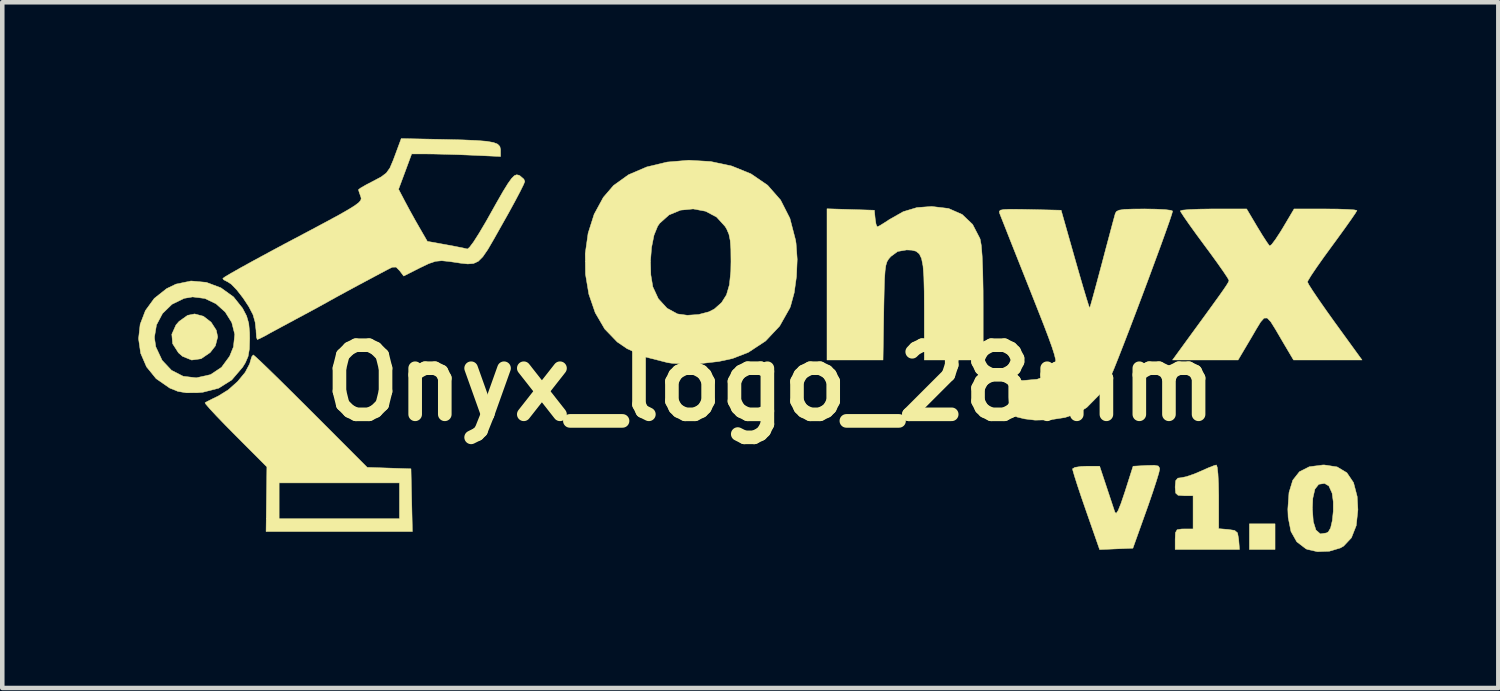
<source format=kicad_pcb>
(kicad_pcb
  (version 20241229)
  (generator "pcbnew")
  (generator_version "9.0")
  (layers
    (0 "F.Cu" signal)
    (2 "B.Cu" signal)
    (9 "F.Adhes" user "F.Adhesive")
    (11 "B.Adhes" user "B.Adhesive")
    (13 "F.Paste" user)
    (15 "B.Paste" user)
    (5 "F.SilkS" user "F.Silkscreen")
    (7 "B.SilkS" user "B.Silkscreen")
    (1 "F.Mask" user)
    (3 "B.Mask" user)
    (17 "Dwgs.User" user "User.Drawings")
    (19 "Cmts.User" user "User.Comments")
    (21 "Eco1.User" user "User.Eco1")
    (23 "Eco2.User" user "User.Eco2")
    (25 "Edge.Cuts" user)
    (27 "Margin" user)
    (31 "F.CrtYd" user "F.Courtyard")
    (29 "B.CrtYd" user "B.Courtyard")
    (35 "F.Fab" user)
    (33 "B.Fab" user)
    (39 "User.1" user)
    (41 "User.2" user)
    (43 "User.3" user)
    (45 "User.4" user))
  (footprint "Onyx_logo_28mm"
    (layer "F.Cu")
    (at 13.941 5.395)
    (property "Reference" "Onyx_logo_28mm" (at 0 0 0) (layer "F.SilkS") (effects (font (size 1.524 1.524) (thickness 0.3))))
    (attr through_hole)
    (fp_poly (pts (xy 11.12 3.669) (xy 10.555 3.669) (xy 10.555 3.104) (xy 11.12 3.104) (xy 11.12 3.669)) (stroke (width 0.01) (type solid)) (fill yes) (layer "F.SilkS"))
    (fp_poly (pts (xy -12.507 -1.473) (xy -12.337 -1.342) (xy -12.222 -1.164) (xy -12.192 -1.016) (xy -12.242 -0.821) (xy -12.357 -0.673) (xy -12.557 -0.536) (xy -12.765 -0.507) (xy -12.966 -0.588) (xy -13.056 -0.666) (xy -13.185 -0.867) (xy -13.203 -1.076) (xy -13.111 -1.281) (xy -13.043 -1.359) (xy -12.855 -1.493) (xy -12.7 -1.524) (xy -12.507 -1.473)) (stroke (width 0.01) (type solid)) (fill yes) (layer "F.SilkS"))
    (fp_poly (pts (xy 8.546 1.829) (xy 8.575 1.875) (xy 8.576 1.902) (xy 8.556 1.989) (xy 8.504 2.16) (xy 8.427 2.396) (xy 8.332 2.673) (xy 8.279 2.822) (xy 7.986 3.641) (xy 7.62 3.656) (xy 7.253 3.672) (xy 6.952 2.81) (xy 6.85 2.515) (xy 6.764 2.257) (xy 6.699 2.053) (xy 6.662 1.925) (xy 6.655 1.891) (xy 6.709 1.859) (xy 6.842 1.839) (xy 6.957 1.834) (xy 7.253 1.834) (xy 7.403 2.286) (xy 7.477 2.509) (xy 7.541 2.702) (xy 7.584 2.831) (xy 7.591 2.85) (xy 7.618 2.873) (xy 7.661 2.81) (xy 7.724 2.654) (xy 7.81 2.399) (xy 7.99 1.834) (xy 8.285 1.817) (xy 8.459 1.813) (xy 8.546 1.829)) (stroke (width 0.01) (type solid)) (fill yes) (layer "F.SilkS"))
    (fp_poly (pts (xy 9.846 1.859) (xy 9.862 2.003) (xy 9.873 2.218) (xy 9.878 2.481) (xy 9.878 2.508) (xy 9.878 3.211) (xy 10.089 3.228) (xy 10.229 3.249) (xy 10.293 3.303) (xy 10.316 3.428) (xy 10.319 3.457) (xy 10.336 3.669) (xy 8.918 3.669) (xy 8.918 3.443) (xy 8.924 3.299) (xy 8.961 3.234) (xy 9.057 3.218) (xy 9.116 3.217) (xy 9.313 3.217) (xy 9.313 2.484) (xy 9.116 2.484) (xy 8.983 2.475) (xy 8.929 2.426) (xy 8.918 2.301) (xy 8.918 2.286) (xy 8.93 2.151) (xy 8.978 2.096) (xy 9.045 2.088) (xy 9.165 2.064) (xy 9.34 2.004) (xy 9.474 1.947) (xy 9.645 1.871) (xy 9.775 1.82) (xy 9.827 1.806) (xy 9.846 1.859)) (stroke (width 0.01) (type solid)) (fill yes) (layer "F.SilkS"))
    (fp_poly (pts (xy -11.361 -0.582) (xy -11.244 -0.474) (xy -11.068 -0.304) (xy -10.841 -0.083) (xy -10.575 0.18) (xy -10.279 0.474) (xy -10.134 0.619) (xy -8.895 1.859) (xy -8.413 1.875) (xy -7.93 1.891) (xy -7.915 2.582) (xy -7.899 3.274) (xy -11.125 3.274) (xy -11.116 2.561) (xy -11.111 2.201) (xy -10.837 2.201) (xy -10.837 2.992) (xy -8.184 2.992) (xy -8.184 2.201) (xy -10.837 2.201) (xy -11.111 2.201) (xy -11.107 1.849) (xy -11.802 1.152) (xy -12.026 0.925) (xy -12.217 0.727) (xy -12.363 0.57) (xy -12.451 0.468) (xy -12.471 0.434) (xy -12.41 0.4) (xy -12.28 0.335) (xy -12.178 0.286) (xy -11.96 0.151) (xy -11.753 -0.033) (xy -11.586 -0.235) (xy -11.486 -0.425) (xy -11.475 -0.466) (xy -11.442 -0.578) (xy -11.408 -0.621) (xy -11.361 -0.582)) (stroke (width 0.01) (type solid)) (fill yes) (layer "F.SilkS"))
    (fp_poly (pts (xy 12.489 1.849) (xy 12.704 1.978) (xy 12.851 2.196) (xy 12.931 2.502) (xy 12.947 2.794) (xy 12.91 3.143) (xy 12.804 3.412) (xy 12.632 3.595) (xy 12.56 3.636) (xy 12.318 3.708) (xy 12.055 3.718) (xy 11.824 3.665) (xy 11.799 3.653) (xy 11.599 3.5) (xy 11.471 3.272) (xy 11.409 2.961) (xy 11.402 2.78) (xy 11.403 2.766) (xy 11.943 2.766) (xy 11.963 3.054) (xy 12.022 3.241) (xy 12.119 3.326) (xy 12.253 3.305) (xy 12.294 3.282) (xy 12.345 3.195) (xy 12.383 3.032) (xy 12.404 2.827) (xy 12.404 2.617) (xy 12.38 2.437) (xy 12.378 2.427) (xy 12.306 2.268) (xy 12.212 2.213) (xy 12.084 2.232) (xy 11.999 2.339) (xy 11.953 2.54) (xy 11.943 2.766) (xy 11.403 2.766) (xy 11.428 2.414) (xy 11.511 2.142) (xy 11.658 1.955) (xy 11.874 1.846) (xy 12.166 1.807) (xy 12.204 1.806) (xy 12.489 1.849)) (stroke (width 0.01) (type solid)) (fill yes) (layer "F.SilkS"))
    (fp_poly (pts (xy 3.922 -3.849) (xy 4.222 -3.717) (xy 4.452 -3.498) (xy 4.612 -3.19) (xy 4.62 -3.167) (xy 4.644 -3.032) (xy 4.663 -2.794) (xy 4.676 -2.459) (xy 4.684 -2.037) (xy 4.685 -1.741) (xy 4.685 -0.508) (xy 3.387 -0.508) (xy 3.387 -1.596) (xy 3.385 -2.019) (xy 3.377 -2.342) (xy 3.359 -2.58) (xy 3.327 -2.744) (xy 3.277 -2.848) (xy 3.205 -2.906) (xy 3.108 -2.93) (xy 2.998 -2.935) (xy 2.8 -2.901) (xy 2.649 -2.79) (xy 2.601 -2.735) (xy 2.565 -2.676) (xy 2.54 -2.594) (xy 2.523 -2.474) (xy 2.511 -2.299) (xy 2.503 -2.05) (xy 2.496 -1.71) (xy 2.494 -1.576) (xy 2.477 -0.508) (xy 1.242 -0.508) (xy 1.242 -3.842) (xy 1.764 -3.826) (xy 2.286 -3.81) (xy 2.304 -3.627) (xy 2.323 -3.502) (xy 2.348 -3.444) (xy 2.35 -3.443) (xy 2.409 -3.472) (xy 2.529 -3.547) (xy 2.614 -3.603) (xy 2.922 -3.778) (xy 3.225 -3.869) (xy 3.55 -3.893) (xy 3.922 -3.849)) (stroke (width 0.01) (type solid)) (fill yes) (layer "F.SilkS"))
    (fp_poly (pts (xy -12.442 -2.22) (xy -12.121 -2.1) (xy -11.842 -1.899) (xy -11.643 -1.649) (xy -11.554 -1.478) (xy -11.507 -1.315) (xy -11.488 -1.112) (xy -11.486 -0.984) (xy -11.493 -0.752) (xy -11.521 -0.588) (xy -11.581 -0.448) (xy -11.642 -0.349) (xy -11.882 -0.068) (xy -12.171 0.114) (xy -12.519 0.203) (xy -12.637 0.213) (xy -12.883 0.215) (xy -13.068 0.184) (xy -13.244 0.113) (xy -13.252 0.109) (xy -13.549 -0.097) (xy -13.761 -0.358) (xy -13.89 -0.657) (xy -13.936 -0.975) (xy -13.933 -1.006) (xy -13.587 -1.006) (xy -13.556 -0.798) (xy -13.416 -0.5) (xy -13.21 -0.281) (xy -12.954 -0.15) (xy -12.664 -0.115) (xy -12.356 -0.184) (xy -12.341 -0.191) (xy -12.107 -0.347) (xy -11.928 -0.591) (xy -11.844 -0.798) (xy -11.815 -1.073) (xy -11.881 -1.334) (xy -12.025 -1.565) (xy -12.229 -1.748) (xy -12.475 -1.865) (xy -12.746 -1.899) (xy -12.932 -1.867) (xy -13.2 -1.736) (xy -13.408 -1.533) (xy -13.541 -1.281) (xy -13.587 -1.006) (xy -13.933 -1.006) (xy -13.901 -1.295) (xy -13.785 -1.598) (xy -13.59 -1.866) (xy -13.317 -2.082) (xy -13.112 -2.181) (xy -12.78 -2.25) (xy -12.442 -2.22)) (stroke (width 0.01) (type solid)) (fill yes) (layer "F.SilkS"))
    (fp_poly (pts (xy 10.729 -3.442) (xy 10.843 -3.255) (xy 10.937 -3.11) (xy 10.995 -3.029) (xy 11.003 -3.022) (xy 11.047 -3.056) (xy 11.131 -3.168) (xy 11.241 -3.336) (xy 11.291 -3.418) (xy 11.54 -3.838) (xy 12.233 -3.838) (xy 12.498 -3.836) (xy 12.716 -3.828) (xy 12.865 -3.818) (xy 12.925 -3.805) (xy 12.926 -3.804) (xy 12.894 -3.749) (xy 12.806 -3.62) (xy 12.673 -3.432) (xy 12.506 -3.201) (xy 12.38 -3.029) (xy 12.196 -2.777) (xy 12.039 -2.554) (xy 11.919 -2.377) (xy 11.849 -2.262) (xy 11.835 -2.229) (xy 11.866 -2.166) (xy 11.954 -2.028) (xy 12.088 -1.83) (xy 12.257 -1.588) (xy 12.436 -1.338) (xy 13.038 -0.508) (xy 11.528 -0.508) (xy 11.286 -0.917) (xy 11.133 -1.179) (xy 11.026 -1.351) (xy 10.947 -1.434) (xy 10.878 -1.431) (xy 10.802 -1.346) (xy 10.701 -1.18) (xy 10.607 -1.018) (xy 10.305 -0.508) (xy 8.86 -0.508) (xy 9.302 -1.115) (xy 9.554 -1.46) (xy 9.747 -1.726) (xy 9.889 -1.923) (xy 9.987 -2.062) (xy 10.05 -2.155) (xy 10.085 -2.213) (xy 10.101 -2.246) (xy 10.104 -2.265) (xy 10.071 -2.325) (xy 9.983 -2.457) (xy 9.849 -2.648) (xy 9.682 -2.878) (xy 9.567 -3.033) (xy 9.385 -3.28) (xy 9.229 -3.497) (xy 9.112 -3.665) (xy 9.044 -3.77) (xy 9.031 -3.796) (xy 9.084 -3.812) (xy 9.229 -3.825) (xy 9.445 -3.834) (xy 9.71 -3.838) (xy 9.762 -3.838) (xy 10.494 -3.838) (xy 10.729 -3.442)) (stroke (width 0.01) (type solid)) (fill yes) (layer "F.SilkS"))
    (fp_poly (pts (xy -1.323 -4.884) (xy -0.859 -4.785) (xy -0.435 -4.613) (xy -0.067 -4.361) (xy 0.219 -4.035) (xy 0.424 -3.632) (xy 0.549 -3.151) (xy 0.56 -3.078) (xy 0.585 -2.728) (xy 0.569 -2.351) (xy 0.519 -1.991) (xy 0.437 -1.69) (xy 0.422 -1.653) (xy 0.198 -1.256) (xy -0.112 -0.927) (xy -0.493 -0.676) (xy -0.841 -0.541) (xy -1.142 -0.476) (xy -1.496 -0.435) (xy -1.853 -0.421) (xy -2.169 -0.435) (xy -2.271 -0.45) (xy -2.762 -0.575) (xy -3.166 -0.758) (xy -3.383 -0.906) (xy -3.659 -1.192) (xy -3.868 -1.55) (xy -4.009 -1.96) (xy -4.083 -2.402) (xy -4.086 -2.686) (xy -2.65 -2.686) (xy -2.642 -2.385) (xy -2.599 -2.127) (xy -2.598 -2.121) (xy -2.476 -1.858) (xy -2.284 -1.649) (xy -2.054 -1.524) (xy -1.838 -1.494) (xy -1.589 -1.511) (xy -1.36 -1.571) (xy -1.242 -1.632) (xy -1.082 -1.774) (xy -0.974 -1.945) (xy -0.909 -2.168) (xy -0.879 -2.465) (xy -0.875 -2.681) (xy -0.878 -2.954) (xy -0.892 -3.143) (xy -0.92 -3.279) (xy -0.968 -3.392) (xy -1.003 -3.451) (xy -1.192 -3.659) (xy -1.436 -3.788) (xy -1.709 -3.839) (xy -1.986 -3.812) (xy -2.24 -3.707) (xy -2.446 -3.523) (xy -2.492 -3.457) (xy -2.572 -3.26) (xy -2.626 -2.99) (xy -2.65 -2.686) (xy -4.086 -2.686) (xy -4.088 -2.856) (xy -4.025 -3.302) (xy -3.892 -3.721) (xy -3.69 -4.093) (xy -3.464 -4.356) (xy -3.135 -4.592) (xy -2.734 -4.764) (xy -2.284 -4.872) (xy -1.806 -4.912) (xy -1.323 -4.884)) (stroke (width 0.01) (type solid)) (fill yes) (layer "F.SilkS"))
    (fp_poly (pts (xy 8.493 -3.834) (xy 8.694 -3.824) (xy 8.824 -3.808) (xy 8.862 -3.792) (xy 8.842 -3.719) (xy 8.788 -3.557) (xy 8.704 -3.32) (xy 8.597 -3.023) (xy 8.471 -2.681) (xy 8.334 -2.31) (xy 8.19 -1.925) (xy 8.045 -1.541) (xy 7.905 -1.174) (xy 7.775 -0.837) (xy 7.662 -0.548) (xy 7.571 -0.32) (xy 7.507 -0.169) (xy 7.488 -0.129) (xy 7.246 0.258) (xy 6.97 0.538) (xy 6.757 0.67) (xy 6.488 0.76) (xy 6.162 0.81) (xy 5.83 0.818) (xy 5.601 0.79) (xy 5.44 0.751) (xy 5.326 0.715) (xy 5.305 0.705) (xy 5.276 0.635) (xy 5.256 0.485) (xy 5.249 0.307) (xy 5.249 -0.056) (xy 5.574 -0.057) (xy 5.873 -0.083) (xy 6.087 -0.161) (xy 6.232 -0.301) (xy 6.258 -0.343) (xy 6.279 -0.389) (xy 6.288 -0.445) (xy 6.281 -0.523) (xy 6.254 -0.633) (xy 6.204 -0.79) (xy 6.127 -1.004) (xy 6.019 -1.288) (xy 5.875 -1.654) (xy 5.713 -2.064) (xy 5.554 -2.464) (xy 5.407 -2.834) (xy 5.278 -3.159) (xy 5.173 -3.426) (xy 5.096 -3.62) (xy 5.054 -3.727) (xy 5.048 -3.741) (xy 5.04 -3.783) (xy 5.064 -3.811) (xy 5.138 -3.826) (xy 5.278 -3.832) (xy 5.503 -3.83) (xy 5.707 -3.826) (xy 6.404 -3.81) (xy 6.712 -2.725) (xy 6.806 -2.396) (xy 6.89 -2.108) (xy 6.959 -1.878) (xy 7.008 -1.721) (xy 7.032 -1.654) (xy 7.033 -1.652) (xy 7.051 -1.708) (xy 7.093 -1.856) (xy 7.154 -2.078) (xy 7.229 -2.357) (xy 7.308 -2.653) (xy 7.393 -2.976) (xy 7.471 -3.267) (xy 7.534 -3.504) (xy 7.579 -3.669) (xy 7.598 -3.739) (xy 7.624 -3.783) (xy 7.684 -3.812) (xy 7.798 -3.829) (xy 7.986 -3.836) (xy 8.245 -3.838) (xy 8.493 -3.834)) (stroke (width 0.01) (type solid)) (fill yes) (layer "F.SilkS"))
    (fp_poly (pts (xy -7.204 -5.371) (xy -6.795 -5.361) (xy -6.485 -5.348) (xy -6.261 -5.33) (xy -6.11 -5.303) (xy -6.018 -5.266) (xy -5.971 -5.216) (xy -5.955 -5.15) (xy -5.955 -5.132) (xy -5.955 -4.995) (xy -6.576 -5.023) (xy -6.876 -5.035) (xy -7.178 -5.044) (xy -7.438 -5.05) (xy -7.556 -5.051) (xy -7.915 -5.052) (xy -8.059 -4.662) (xy -8.204 -4.273) (xy -8.068 -4.013) (xy -7.962 -3.815) (xy -7.833 -3.582) (xy -7.751 -3.439) (xy -7.569 -3.124) (xy -7.157 -3.05) (xy -6.949 -3.011) (xy -6.782 -2.978) (xy -6.69 -2.956) (xy -6.686 -2.954) (xy -6.639 -2.993) (xy -6.549 -3.113) (xy -6.43 -3.3) (xy -6.291 -3.534) (xy -6.239 -3.625) (xy -6.048 -3.966) (xy -5.902 -4.221) (xy -5.792 -4.399) (xy -5.711 -4.512) (xy -5.65 -4.573) (xy -5.599 -4.592) (xy -5.55 -4.581) (xy -5.528 -4.57) (xy -5.441 -4.495) (xy -5.421 -4.443) (xy -5.449 -4.374) (xy -5.523 -4.224) (xy -5.636 -4.01) (xy -5.778 -3.75) (xy -5.919 -3.5) (xy -6.099 -3.18) (xy -6.235 -2.946) (xy -6.346 -2.785) (xy -6.445 -2.685) (xy -6.551 -2.636) (xy -6.679 -2.626) (xy -6.845 -2.644) (xy -7.066 -2.677) (xy -7.087 -2.68) (xy -7.252 -2.697) (xy -7.389 -2.684) (xy -7.539 -2.633) (xy -7.731 -2.541) (xy -8.091 -2.359) (xy -8.18 -2.477) (xy -8.258 -2.556) (xy -8.341 -2.554) (xy -8.41 -2.521) (xy -8.613 -2.414) (xy -8.856 -2.284) (xy -9.115 -2.146) (xy -9.361 -2.013) (xy -9.568 -1.9) (xy -9.711 -1.821) (xy -9.737 -1.806) (xy -9.86 -1.738) (xy -10.051 -1.633) (xy -10.28 -1.51) (xy -10.414 -1.438) (xy -10.652 -1.31) (xy -10.873 -1.191) (xy -11.045 -1.098) (xy -11.107 -1.063) (xy -11.234 -0.996) (xy -11.312 -0.961) (xy -11.319 -0.96) (xy -11.336 -1.009) (xy -11.345 -1.131) (xy -11.345 -1.154) (xy -11.366 -1.342) (xy -11.413 -1.507) (xy -11.506 -1.685) (xy -11.632 -1.876) (xy -11.768 -2.051) (xy -11.891 -2.179) (xy -11.969 -2.23) (xy -12.059 -2.276) (xy -12.079 -2.306) (xy -12.031 -2.341) (xy -11.895 -2.422) (xy -11.683 -2.542) (xy -11.407 -2.694) (xy -11.079 -2.872) (xy -10.712 -3.069) (xy -10.534 -3.163) (xy -10.101 -3.392) (xy -9.757 -3.576) (xy -9.494 -3.719) (xy -9.301 -3.83) (xy -9.168 -3.913) (xy -9.084 -3.976) (xy -9.041 -4.024) (xy -9.028 -4.064) (xy -9.035 -4.103) (xy -9.038 -4.11) (xy -9.076 -4.219) (xy -9.088 -4.264) (xy -9.041 -4.3) (xy -8.92 -4.37) (xy -8.758 -4.454) (xy -8.584 -4.547) (xy -8.473 -4.632) (xy -8.395 -4.741) (xy -8.323 -4.91) (xy -8.287 -5.006) (xy -8.145 -5.39) (xy -7.204 -5.371)) (stroke (width 0.01) (type solid)) (fill yes) (layer "F.SilkS")))
  (gr_rect
    (start -3 -3)
    (end 29.984 12.118)
    (stroke (width 0.1) (type default))
    (fill no)
    (layer "Edge.Cuts")))
</source>
